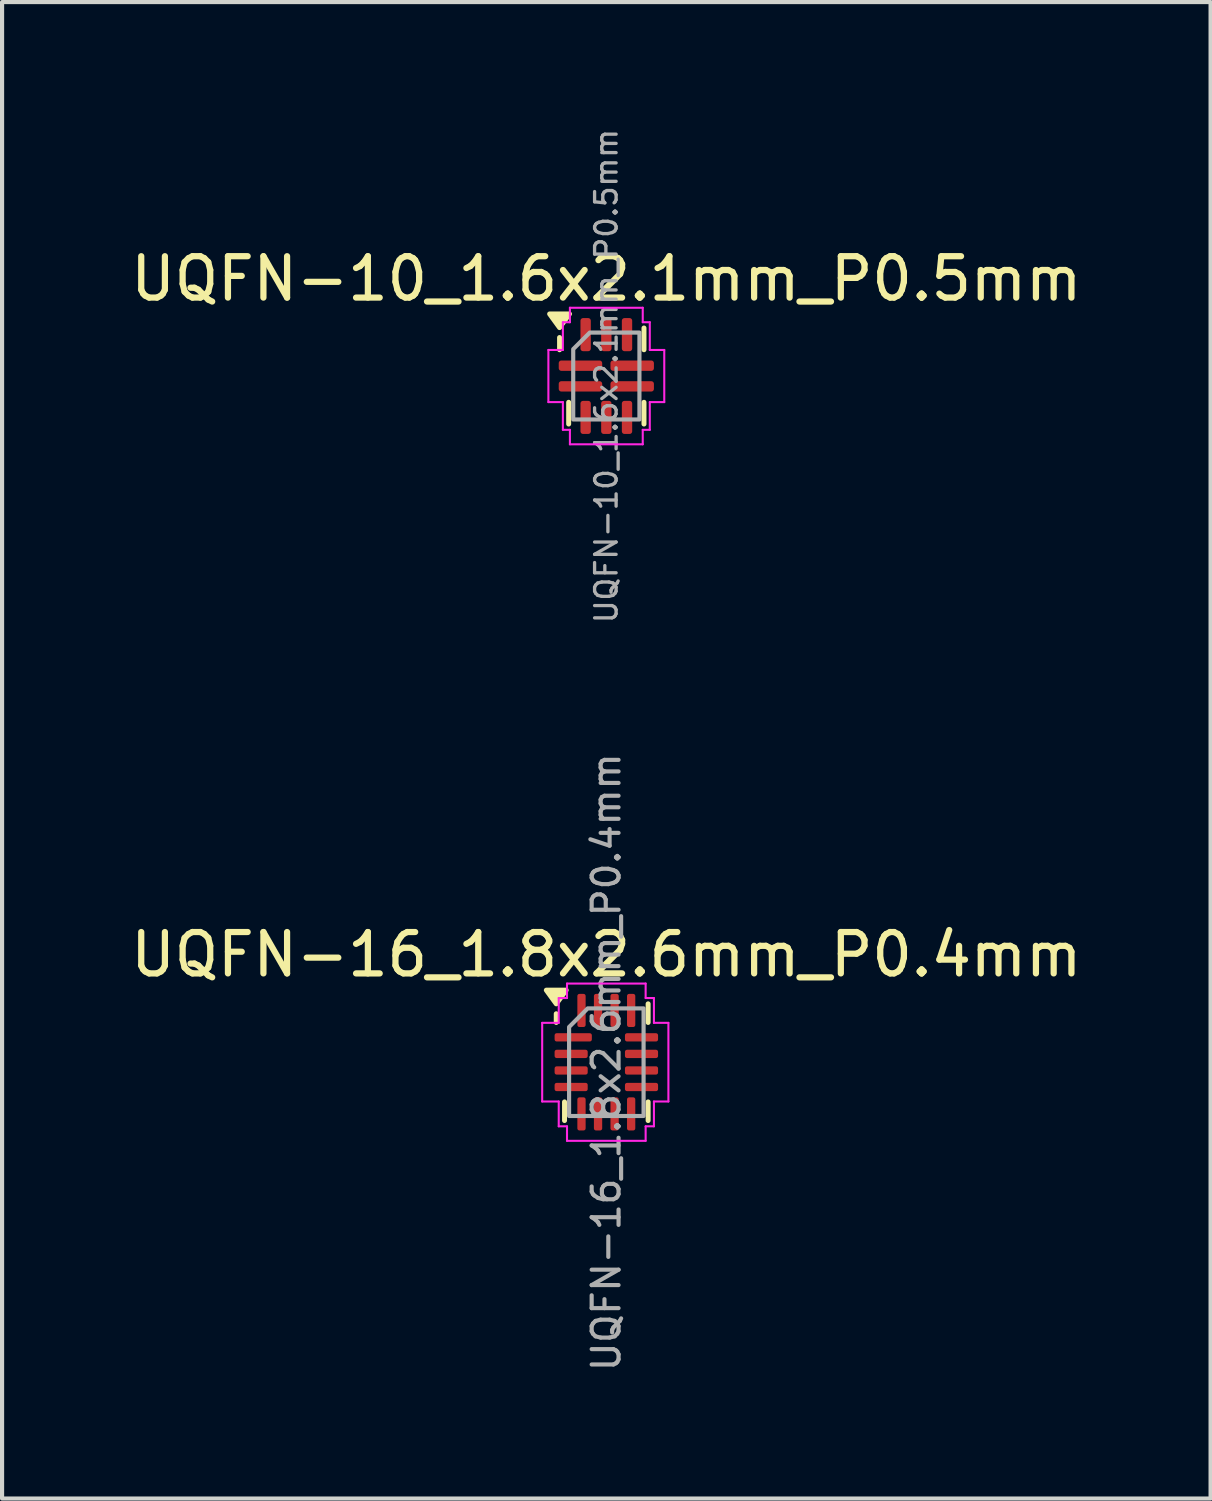
<source format=kicad_pcb>
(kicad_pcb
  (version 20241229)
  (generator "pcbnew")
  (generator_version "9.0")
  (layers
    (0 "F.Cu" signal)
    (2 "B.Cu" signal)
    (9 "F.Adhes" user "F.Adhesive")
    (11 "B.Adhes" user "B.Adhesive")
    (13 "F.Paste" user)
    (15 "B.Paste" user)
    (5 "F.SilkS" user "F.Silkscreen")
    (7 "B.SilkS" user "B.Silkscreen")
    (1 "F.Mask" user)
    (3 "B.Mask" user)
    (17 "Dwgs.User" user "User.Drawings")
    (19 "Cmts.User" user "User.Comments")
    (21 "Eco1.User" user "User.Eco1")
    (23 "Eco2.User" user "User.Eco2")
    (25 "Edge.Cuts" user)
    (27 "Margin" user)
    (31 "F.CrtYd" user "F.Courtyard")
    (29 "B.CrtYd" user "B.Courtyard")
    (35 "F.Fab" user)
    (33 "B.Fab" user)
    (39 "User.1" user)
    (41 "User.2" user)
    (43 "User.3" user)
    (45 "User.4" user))
  (footprint "UQFN-10_1.6x2.1mm_P0.5mm"
    (layer "F.Cu")
    (at 11.601 6.036)
    (property "Reference" "UQFN-10_1.6x2.1mm_P0.5mm" (at 0 -2.35 0) (layer "F.SilkS") (effects (font (size 1 1) (thickness 0.15))))
    (attr smd)
    (fp_line (start -1.13 -0.635) (end -1.13 -0.93) (stroke (width 0.12) (type solid)) (layer "F.SilkS"))
    (fp_line (start -0.91 1.16) (end -0.91 0.635) (stroke (width 0.12) (type solid)) (layer "F.SilkS"))
    (fp_line (start 0.91 -1.16) (end 0.91 -0.635) (stroke (width 0.12) (type solid)) (layer "F.SilkS"))
    (fp_line (start 0.91 1.16) (end 0.91 0.635) (stroke (width 0.12) (type solid)) (layer "F.SilkS"))
    (fp_poly (pts (xy -1.13 -1.17) (xy -1.37 -1.5) (xy -0.89 -1.5)) (stroke (width 0.12) (type solid)) (fill yes) (layer "F.SilkS"))
    (fp_line (start -1.4 -0.63) (end -1.05 -0.63) (stroke (width 0.05) (type solid)) (layer "F.CrtYd"))
    (fp_line (start -1.4 0.63) (end -1.4 -0.63) (stroke (width 0.05) (type solid)) (layer "F.CrtYd"))
    (fp_line (start -1.05 -1.3) (end -0.88 -1.3) (stroke (width 0.05) (type solid)) (layer "F.CrtYd"))
    (fp_line (start -1.05 -0.63) (end -1.05 -1.3) (stroke (width 0.05) (type solid)) (layer "F.CrtYd"))
    (fp_line (start -1.05 0.63) (end -1.4 0.63) (stroke (width 0.05) (type solid)) (layer "F.CrtYd"))
    (fp_line (start -1.05 1.3) (end -1.05 0.63) (stroke (width 0.05) (type solid)) (layer "F.CrtYd"))
    (fp_line (start -0.88 -1.65) (end 0.88 -1.65) (stroke (width 0.05) (type solid)) (layer "F.CrtYd"))
    (fp_line (start -0.88 -1.3) (end -0.88 -1.65) (stroke (width 0.05) (type solid)) (layer "F.CrtYd"))
    (fp_line (start -0.88 1.3) (end -1.05 1.3) (stroke (width 0.05) (type solid)) (layer "F.CrtYd"))
    (fp_line (start -0.88 1.65) (end -0.88 1.3) (stroke (width 0.05) (type solid)) (layer "F.CrtYd"))
    (fp_line (start 0.88 -1.65) (end 0.88 -1.3) (stroke (width 0.05) (type solid)) (layer "F.CrtYd"))
    (fp_line (start 0.88 -1.3) (end 1.05 -1.3) (stroke (width 0.05) (type solid)) (layer "F.CrtYd"))
    (fp_line (start 0.88 1.3) (end 0.88 1.65) (stroke (width 0.05) (type solid)) (layer "F.CrtYd"))
    (fp_line (start 0.88 1.65) (end -0.88 1.65) (stroke (width 0.05) (type solid)) (layer "F.CrtYd"))
    (fp_line (start 1.05 -1.3) (end 1.05 -0.63) (stroke (width 0.05) (type solid)) (layer "F.CrtYd"))
    (fp_line (start 1.05 -0.63) (end 1.4 -0.63) (stroke (width 0.05) (type solid)) (layer "F.CrtYd"))
    (fp_line (start 1.05 0.63) (end 1.05 1.3) (stroke (width 0.05) (type solid)) (layer "F.CrtYd"))
    (fp_line (start 1.05 1.3) (end 0.88 1.3) (stroke (width 0.05) (type solid)) (layer "F.CrtYd"))
    (fp_line (start 1.4 -0.63) (end 1.4 0.63) (stroke (width 0.05) (type solid)) (layer "F.CrtYd"))
    (fp_line (start 1.4 0.63) (end 1.05 0.63) (stroke (width 0.05) (type solid)) (layer "F.CrtYd"))
    (fp_poly (pts (xy -0.8 -0.65) (xy -0.8 1.05) (xy 0.8 1.05) (xy 0.8 -1.05) (xy -0.4 -1.05)) (stroke (width 0.1) (type solid)) (fill no) (layer "F.Fab"))
    (fp_text user "${REFERENCE}" (at 0 0 90) (layer "F.Fab") (effects (font (size 0.52 0.52) (thickness 0.08))))
    (pad "1" smd roundrect (at -0.625 -0.25) (size 1.05 0.25) (layers "F.Cu" "F.Mask" "F.Paste") (roundrect_rratio 0.25))
    (pad "2" smd roundrect (at -0.625 0.25) (size 1.05 0.25) (layers "F.Cu" "F.Mask" "F.Paste") (roundrect_rratio 0.25))
    (pad "3" smd roundrect (at -0.5 1) (size 0.25 0.8) (layers "F.Cu" "F.Mask" "F.Paste") (roundrect_rratio 0.25))
    (pad "4" smd roundrect (at 0 1) (size 0.25 0.8) (layers "F.Cu" "F.Mask" "F.Paste") (roundrect_rratio 0.25))
    (pad "5" smd roundrect (at 0.5 1) (size 0.25 0.8) (layers "F.Cu" "F.Mask" "F.Paste") (roundrect_rratio 0.25))
    (pad "6" smd roundrect (at 0.625 0.25) (size 1.05 0.25) (layers "F.Cu" "F.Mask" "F.Paste") (roundrect_rratio 0.25))
    (pad "7" smd roundrect (at 0.625 -0.25) (size 1.05 0.25) (layers "F.Cu" "F.Mask" "F.Paste") (roundrect_rratio 0.25))
    (pad "8" smd roundrect (at 0.5 -1) (size 0.25 0.8) (layers "F.Cu" "F.Mask" "F.Paste") (roundrect_rratio 0.25))
    (pad "9" smd roundrect (at 0 -1) (size 0.25 0.8) (layers "F.Cu" "F.Mask" "F.Paste") (roundrect_rratio 0.25))
    (pad "10" smd roundrect (at -0.5 -1) (size 0.25 0.8) (layers "F.Cu" "F.Mask" "F.Paste") (roundrect_rratio 0.25)))
  (footprint "UQFN-16_1.8x2.6mm_P0.4mm"
    (layer "F.Cu")
    (at 11.601 22.616)
    (property "Reference" "UQFN-16_1.8x2.6mm_P0.4mm" (at 0 -2.6 0) (layer "F.SilkS") (effects (font (size 1 1) (thickness 0.15))))
    (attr smd)
    (fp_line (start -1.21 -0.96) (end -1.21 -1.17) (stroke (width 0.12) (type solid)) (layer "F.SilkS"))
    (fp_line (start -1.01 1.41) (end -1.01 0.96) (stroke (width 0.12) (type solid)) (layer "F.SilkS"))
    (fp_line (start 1.01 -1.41) (end 1.01 -0.96) (stroke (width 0.12) (type solid)) (layer "F.SilkS"))
    (fp_line (start 1.01 1.41) (end 1.01 0.96) (stroke (width 0.12) (type solid)) (layer "F.SilkS"))
    (fp_poly (pts (xy -1.21 -1.41) (xy -1.45 -1.74) (xy -0.97 -1.74)) (stroke (width 0.12) (type solid)) (fill yes) (layer "F.SilkS"))
    (fp_line (start -1.55 -0.95) (end -1.15 -0.95) (stroke (width 0.05) (type solid)) (layer "F.CrtYd"))
    (fp_line (start -1.55 0.95) (end -1.55 -0.95) (stroke (width 0.05) (type solid)) (layer "F.CrtYd"))
    (fp_line (start -1.15 -1.55) (end -0.95 -1.55) (stroke (width 0.05) (type solid)) (layer "F.CrtYd"))
    (fp_line (start -1.15 -0.95) (end -1.15 -1.55) (stroke (width 0.05) (type solid)) (layer "F.CrtYd"))
    (fp_line (start -1.15 0.95) (end -1.55 0.95) (stroke (width 0.05) (type solid)) (layer "F.CrtYd"))
    (fp_line (start -1.15 1.55) (end -1.15 0.95) (stroke (width 0.05) (type solid)) (layer "F.CrtYd"))
    (fp_line (start -0.95 -1.9) (end 0.95 -1.9) (stroke (width 0.05) (type solid)) (layer "F.CrtYd"))
    (fp_line (start -0.95 -1.55) (end -0.95 -1.9) (stroke (width 0.05) (type solid)) (layer "F.CrtYd"))
    (fp_line (start -0.95 1.55) (end -1.15 1.55) (stroke (width 0.05) (type solid)) (layer "F.CrtYd"))
    (fp_line (start -0.95 1.9) (end -0.95 1.55) (stroke (width 0.05) (type solid)) (layer "F.CrtYd"))
    (fp_line (start 0.95 -1.9) (end 0.95 -1.55) (stroke (width 0.05) (type solid)) (layer "F.CrtYd"))
    (fp_line (start 0.95 -1.55) (end 1.15 -1.55) (stroke (width 0.05) (type solid)) (layer "F.CrtYd"))
    (fp_line (start 0.95 1.55) (end 0.95 1.9) (stroke (width 0.05) (type solid)) (layer "F.CrtYd"))
    (fp_line (start 0.95 1.9) (end -0.95 1.9) (stroke (width 0.05) (type solid)) (layer "F.CrtYd"))
    (fp_line (start 1.15 -1.55) (end 1.15 -0.95) (stroke (width 0.05) (type solid)) (layer "F.CrtYd"))
    (fp_line (start 1.15 -0.95) (end 1.5 -0.95) (stroke (width 0.05) (type solid)) (layer "F.CrtYd"))
    (fp_line (start 1.15 0.95) (end 1.15 1.55) (stroke (width 0.05) (type solid)) (layer "F.CrtYd"))
    (fp_line (start 1.15 1.55) (end 0.95 1.55) (stroke (width 0.05) (type solid)) (layer "F.CrtYd"))
    (fp_line (start 1.5 -0.95) (end 1.5 0.95) (stroke (width 0.05) (type solid)) (layer "F.CrtYd"))
    (fp_line (start 1.5 0.95) (end 1.15 0.95) (stroke (width 0.05) (type solid)) (layer "F.CrtYd"))
    (fp_poly (pts (xy -0.9 -0.85) (xy -0.9 1.3) (xy 0.9 1.3) (xy 0.9 -1.3) (xy -0.45 -1.3)) (stroke (width 0.1) (type solid)) (fill no) (layer "F.Fab"))
    (fp_text user "${REFERENCE}" (at 0 0 90) (layer "F.Fab") (effects (font (size 0.65 0.65) (thickness 0.1))))
    (pad "1" smd roundrect (at -0.8 -0.6) (size 0.9 0.2) (layers "F.Cu" "F.Mask" "F.Paste") (roundrect_rratio 0.25))
    (pad "2" smd roundrect (at -0.85 -0.2) (size 0.8 0.2) (layers "F.Cu" "F.Mask" "F.Paste") (roundrect_rratio 0.25))
    (pad "3" smd roundrect (at -0.85 0.2) (size 0.8 0.2) (layers "F.Cu" "F.Mask" "F.Paste") (roundrect_rratio 0.25))
    (pad "4" smd roundrect (at -0.85 0.6) (size 0.8 0.2) (layers "F.Cu" "F.Mask" "F.Paste") (roundrect_rratio 0.25))
    (pad "5" smd roundrect (at -0.6 1.25) (size 0.2 0.8) (layers "F.Cu" "F.Mask" "F.Paste") (roundrect_rratio 0.25))
    (pad "6" smd roundrect (at -0.2 1.25) (size 0.2 0.8) (layers "F.Cu" "F.Mask" "F.Paste") (roundrect_rratio 0.25))
    (pad "7" smd roundrect (at 0.2 1.25) (size 0.2 0.8) (layers "F.Cu" "F.Mask" "F.Paste") (roundrect_rratio 0.25))
    (pad "8" smd roundrect (at 0.6 1.25) (size 0.2 0.8) (layers "F.Cu" "F.Mask" "F.Paste") (roundrect_rratio 0.25))
    (pad "9" smd roundrect (at 0.85 0.6) (size 0.8 0.2) (layers "F.Cu" "F.Mask" "F.Paste") (roundrect_rratio 0.25))
    (pad "10" smd roundrect (at 0.85 0.2) (size 0.8 0.2) (layers "F.Cu" "F.Mask" "F.Paste") (roundrect_rratio 0.25))
    (pad "11" smd roundrect (at 0.85 -0.2) (size 0.8 0.2) (layers "F.Cu" "F.Mask" "F.Paste") (roundrect_rratio 0.25))
    (pad "12" smd roundrect (at 0.85 -0.6) (size 0.8 0.2) (layers "F.Cu" "F.Mask" "F.Paste") (roundrect_rratio 0.25))
    (pad "13" smd roundrect (at 0.6 -1.25) (size 0.2 0.8) (layers "F.Cu" "F.Mask" "F.Paste") (roundrect_rratio 0.25))
    (pad "14" smd roundrect (at 0.2 -1.25) (size 0.2 0.8) (layers "F.Cu" "F.Mask" "F.Paste") (roundrect_rratio 0.25))
    (pad "15" smd roundrect (at -0.2 -1.25) (size 0.2 0.8) (layers "F.Cu" "F.Mask" "F.Paste") (roundrect_rratio 0.25))
    (pad "16" smd roundrect (at -0.6 -1.25) (size 0.2 0.8) (layers "F.Cu" "F.Mask" "F.Paste") (roundrect_rratio 0.25)))
  (gr_rect
    (start -3 -3)
    (end 26.202 33.16)
    (stroke (width 0.1) (type default))
    (fill no)
    (layer "Edge.Cuts")))
</source>
